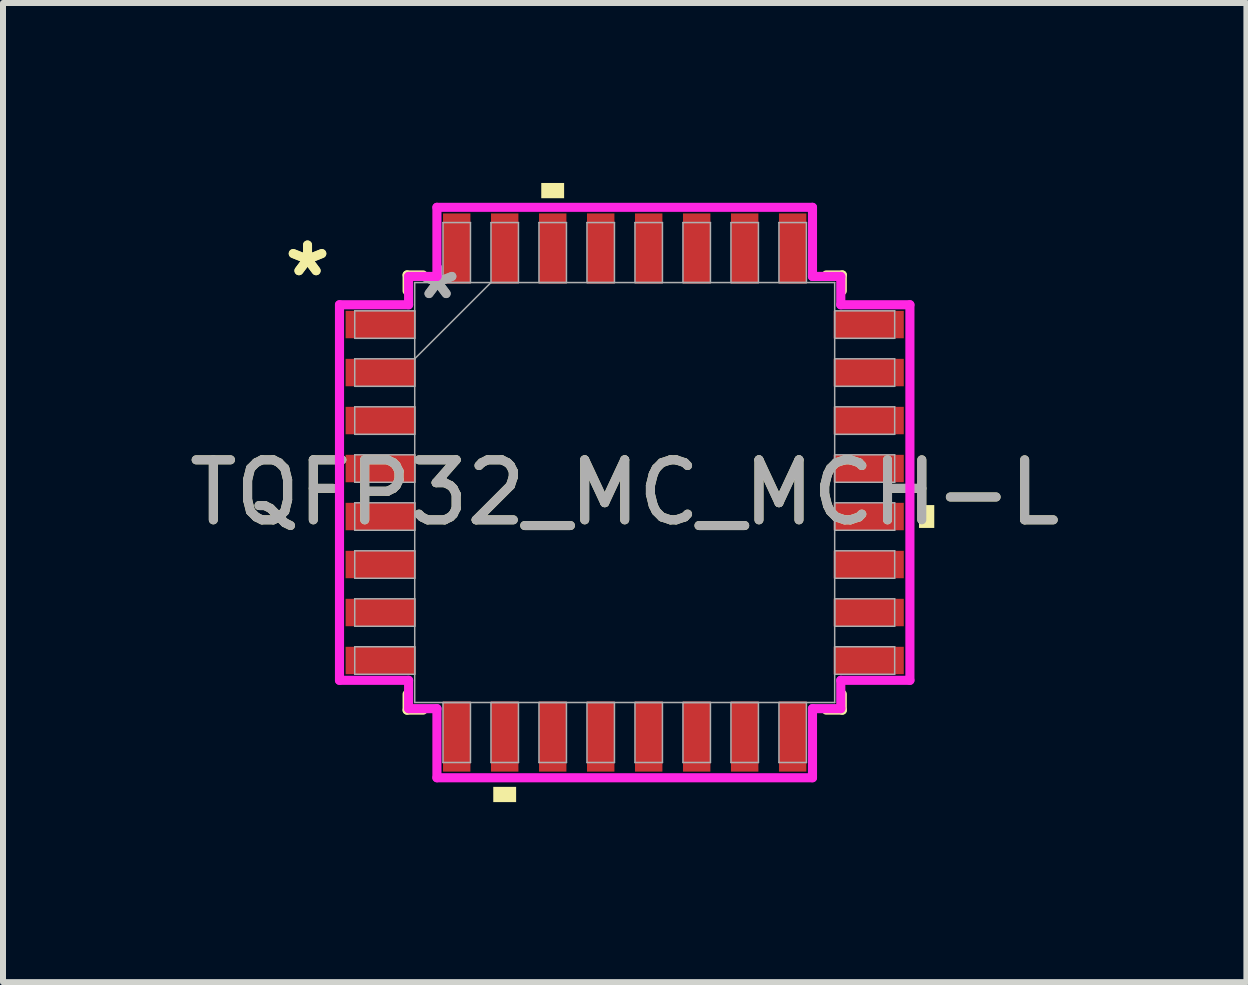
<source format=kicad_pcb>
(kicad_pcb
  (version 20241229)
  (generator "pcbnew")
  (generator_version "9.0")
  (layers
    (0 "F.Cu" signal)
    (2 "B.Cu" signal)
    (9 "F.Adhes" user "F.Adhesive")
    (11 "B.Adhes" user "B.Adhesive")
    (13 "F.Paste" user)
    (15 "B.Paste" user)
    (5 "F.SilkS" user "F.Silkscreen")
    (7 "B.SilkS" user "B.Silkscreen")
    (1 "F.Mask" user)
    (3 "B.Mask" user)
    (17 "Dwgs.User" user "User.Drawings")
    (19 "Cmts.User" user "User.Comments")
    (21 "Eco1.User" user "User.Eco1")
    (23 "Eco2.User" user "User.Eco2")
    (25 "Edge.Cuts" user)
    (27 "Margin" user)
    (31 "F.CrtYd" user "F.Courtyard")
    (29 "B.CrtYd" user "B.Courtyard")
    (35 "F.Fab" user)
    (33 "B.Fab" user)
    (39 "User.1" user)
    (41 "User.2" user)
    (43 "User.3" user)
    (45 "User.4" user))
  (footprint "TQFP32_MC_MCH-L"
    (layer "F.Cu")
    (at 7.363 5.16)
    (property "Reference" "TQFP32_MC_MCH-L" (at 0 0 0) (unlocked yes) (layer "F.SilkS") (effects (font (size 1 1) (thickness 0.15))))
    (attr smd)
    (fp_line (start -3.627 -3.627) (end -3.627 -3.361) (stroke (width 0.152) (type solid)) (layer "F.SilkS"))
    (fp_line (start -3.627 3.361) (end -3.627 3.627) (stroke (width 0.152) (type solid)) (layer "F.SilkS"))
    (fp_line (start -3.627 3.627) (end -3.361 3.627) (stroke (width 0.152) (type solid)) (layer "F.SilkS"))
    (fp_line (start -3.361 -3.627) (end -3.627 -3.627) (stroke (width 0.152) (type solid)) (layer "F.SilkS"))
    (fp_line (start 3.361 3.627) (end 3.627 3.627) (stroke (width 0.152) (type solid)) (layer "F.SilkS"))
    (fp_line (start 3.627 -3.627) (end 3.361 -3.627) (stroke (width 0.152) (type solid)) (layer "F.SilkS"))
    (fp_line (start 3.627 -3.361) (end 3.627 -3.627) (stroke (width 0.152) (type solid)) (layer "F.SilkS"))
    (fp_line (start 3.627 3.627) (end 3.627 3.361) (stroke (width 0.152) (type solid)) (layer "F.SilkS"))
    (fp_poly (pts (xy -2.191 4.906) (xy -2.191 5.16) (xy -1.81 5.16) (xy -1.81 4.906)) (stroke (width 0) (type solid)) (fill yes) (layer "F.SilkS"))
    (fp_poly (pts (xy -1.391 -4.906) (xy -1.391 -5.16) (xy -1.01 -5.16) (xy -1.01 -4.906)) (stroke (width 0) (type solid)) (fill yes) (layer "F.SilkS"))
    (fp_poly (pts (xy 5.16 0.209) (xy 5.16 0.59) (xy 4.906 0.59) (xy 4.906 0.209)) (stroke (width 0) (type solid)) (fill yes) (layer "F.SilkS"))
    (fp_line (start -4.754 -3.13) (end -3.602 -3.13) (stroke (width 0.152) (type solid)) (layer "F.CrtYd"))
    (fp_line (start -4.754 3.13) (end -4.754 -3.13) (stroke (width 0.152) (type solid)) (layer "F.CrtYd"))
    (fp_line (start -3.602 -3.602) (end -3.13 -3.602) (stroke (width 0.152) (type solid)) (layer "F.CrtYd"))
    (fp_line (start -3.602 -3.13) (end -3.602 -3.602) (stroke (width 0.152) (type solid)) (layer "F.CrtYd"))
    (fp_line (start -3.602 3.13) (end -4.754 3.13) (stroke (width 0.152) (type solid)) (layer "F.CrtYd"))
    (fp_line (start -3.602 3.602) (end -3.602 3.13) (stroke (width 0.152) (type solid)) (layer "F.CrtYd"))
    (fp_line (start -3.602 3.602) (end -3.13 3.602) (stroke (width 0.152) (type solid)) (layer "F.CrtYd"))
    (fp_line (start -3.13 -4.754) (end 3.13 -4.754) (stroke (width 0.152) (type solid)) (layer "F.CrtYd"))
    (fp_line (start -3.13 -3.602) (end -3.13 -4.754) (stroke (width 0.152) (type solid)) (layer "F.CrtYd"))
    (fp_line (start -3.13 3.602) (end -3.13 4.754) (stroke (width 0.152) (type solid)) (layer "F.CrtYd"))
    (fp_line (start -3.13 4.754) (end 3.13 4.754) (stroke (width 0.152) (type solid)) (layer "F.CrtYd"))
    (fp_line (start 3.13 -4.754) (end 3.13 -3.602) (stroke (width 0.152) (type solid)) (layer "F.CrtYd"))
    (fp_line (start 3.13 -3.602) (end 3.602 -3.602) (stroke (width 0.152) (type solid)) (layer "F.CrtYd"))
    (fp_line (start 3.13 3.602) (end 3.602 3.602) (stroke (width 0.152) (type solid)) (layer "F.CrtYd"))
    (fp_line (start 3.13 4.754) (end 3.13 3.602) (stroke (width 0.152) (type solid)) (layer "F.CrtYd"))
    (fp_line (start 3.602 -3.13) (end 3.602 -3.602) (stroke (width 0.152) (type solid)) (layer "F.CrtYd"))
    (fp_line (start 3.602 3.13) (end 4.754 3.13) (stroke (width 0.152) (type solid)) (layer "F.CrtYd"))
    (fp_line (start 3.602 3.602) (end 3.602 3.13) (stroke (width 0.152) (type solid)) (layer "F.CrtYd"))
    (fp_line (start 4.754 -3.13) (end 3.602 -3.13) (stroke (width 0.152) (type solid)) (layer "F.CrtYd"))
    (fp_line (start 4.754 3.13) (end 4.754 -3.13) (stroke (width 0.152) (type solid)) (layer "F.CrtYd"))
    (fp_line (start -4.5 -3.029) (end -4.5 -2.571) (stroke (width 0.025) (type solid)) (layer "F.Fab"))
    (fp_line (start -4.5 -2.571) (end -3.5 -2.571) (stroke (width 0.025) (type solid)) (layer "F.Fab"))
    (fp_line (start -4.5 -2.229) (end -4.5 -1.771) (stroke (width 0.025) (type solid)) (layer "F.Fab"))
    (fp_line (start -4.5 -1.771) (end -3.5 -1.771) (stroke (width 0.025) (type solid)) (layer "F.Fab"))
    (fp_line (start -4.5 -1.429) (end -4.5 -0.971) (stroke (width 0.025) (type solid)) (layer "F.Fab"))
    (fp_line (start -4.5 -0.971) (end -3.5 -0.971) (stroke (width 0.025) (type solid)) (layer "F.Fab"))
    (fp_line (start -4.5 -0.629) (end -4.5 -0.171) (stroke (width 0.025) (type solid)) (layer "F.Fab"))
    (fp_line (start -4.5 -0.171) (end -3.5 -0.171) (stroke (width 0.025) (type solid)) (layer "F.Fab"))
    (fp_line (start -4.5 0.171) (end -4.5 0.629) (stroke (width 0.025) (type solid)) (layer "F.Fab"))
    (fp_line (start -4.5 0.629) (end -3.5 0.629) (stroke (width 0.025) (type solid)) (layer "F.Fab"))
    (fp_line (start -4.5 0.971) (end -4.5 1.429) (stroke (width 0.025) (type solid)) (layer "F.Fab"))
    (fp_line (start -4.5 1.429) (end -3.5 1.429) (stroke (width 0.025) (type solid)) (layer "F.Fab"))
    (fp_line (start -4.5 1.771) (end -4.5 2.229) (stroke (width 0.025) (type solid)) (layer "F.Fab"))
    (fp_line (start -4.5 2.229) (end -3.5 2.229) (stroke (width 0.025) (type solid)) (layer "F.Fab"))
    (fp_line (start -4.5 2.571) (end -4.5 3.029) (stroke (width 0.025) (type solid)) (layer "F.Fab"))
    (fp_line (start -4.5 3.029) (end -3.5 3.029) (stroke (width 0.025) (type solid)) (layer "F.Fab"))
    (fp_line (start -3.5 -3.5) (end -3.5 3.5) (stroke (width 0.025) (type solid)) (layer "F.Fab"))
    (fp_line (start -3.5 -3.029) (end -4.5 -3.029) (stroke (width 0.025) (type solid)) (layer "F.Fab"))
    (fp_line (start -3.5 -2.571) (end -3.5 -3.029) (stroke (width 0.025) (type solid)) (layer "F.Fab"))
    (fp_line (start -3.5 -2.23) (end -2.23 -3.5) (stroke (width 0.025) (type solid)) (layer "F.Fab"))
    (fp_line (start -3.5 -2.229) (end -4.5 -2.229) (stroke (width 0.025) (type solid)) (layer "F.Fab"))
    (fp_line (start -3.5 -1.771) (end -3.5 -2.229) (stroke (width 0.025) (type solid)) (layer "F.Fab"))
    (fp_line (start -3.5 -1.429) (end -4.5 -1.429) (stroke (width 0.025) (type solid)) (layer "F.Fab"))
    (fp_line (start -3.5 -0.971) (end -3.5 -1.429) (stroke (width 0.025) (type solid)) (layer "F.Fab"))
    (fp_line (start -3.5 -0.629) (end -4.5 -0.629) (stroke (width 0.025) (type solid)) (layer "F.Fab"))
    (fp_line (start -3.5 -0.171) (end -3.5 -0.629) (stroke (width 0.025) (type solid)) (layer "F.Fab"))
    (fp_line (start -3.5 0.171) (end -4.5 0.171) (stroke (width 0.025) (type solid)) (layer "F.Fab"))
    (fp_line (start -3.5 0.629) (end -3.5 0.171) (stroke (width 0.025) (type solid)) (layer "F.Fab"))
    (fp_line (start -3.5 0.971) (end -4.5 0.971) (stroke (width 0.025) (type solid)) (layer "F.Fab"))
    (fp_line (start -3.5 1.429) (end -3.5 0.971) (stroke (width 0.025) (type solid)) (layer "F.Fab"))
    (fp_line (start -3.5 1.771) (end -4.5 1.771) (stroke (width 0.025) (type solid)) (layer "F.Fab"))
    (fp_line (start -3.5 2.229) (end -3.5 1.771) (stroke (width 0.025) (type solid)) (layer "F.Fab"))
    (fp_line (start -3.5 2.571) (end -4.5 2.571) (stroke (width 0.025) (type solid)) (layer "F.Fab"))
    (fp_line (start -3.5 3.029) (end -3.5 2.571) (stroke (width 0.025) (type solid)) (layer "F.Fab"))
    (fp_line (start -3.5 3.5) (end 3.5 3.5) (stroke (width 0.025) (type solid)) (layer "F.Fab"))
    (fp_line (start -3.029 -4.5) (end -3.029 -3.5) (stroke (width 0.025) (type solid)) (layer "F.Fab"))
    (fp_line (start -3.029 -3.5) (end -2.571 -3.5) (stroke (width 0.025) (type solid)) (layer "F.Fab"))
    (fp_line (start -3.029 3.5) (end -3.029 4.5) (stroke (width 0.025) (type solid)) (layer "F.Fab"))
    (fp_line (start -3.029 4.5) (end -2.571 4.5) (stroke (width 0.025) (type solid)) (layer "F.Fab"))
    (fp_line (start -2.571 -4.5) (end -3.029 -4.5) (stroke (width 0.025) (type solid)) (layer "F.Fab"))
    (fp_line (start -2.571 -3.5) (end -2.571 -4.5) (stroke (width 0.025) (type solid)) (layer "F.Fab"))
    (fp_line (start -2.571 3.5) (end -3.029 3.5) (stroke (width 0.025) (type solid)) (layer "F.Fab"))
    (fp_line (start -2.571 4.5) (end -2.571 3.5) (stroke (width 0.025) (type solid)) (layer "F.Fab"))
    (fp_line (start -2.229 -4.5) (end -2.229 -3.5) (stroke (width 0.025) (type solid)) (layer "F.Fab"))
    (fp_line (start -2.229 -3.5) (end -1.771 -3.5) (stroke (width 0.025) (type solid)) (layer "F.Fab"))
    (fp_line (start -2.229 3.5) (end -2.229 4.5) (stroke (width 0.025) (type solid)) (layer "F.Fab"))
    (fp_line (start -2.229 4.5) (end -1.771 4.5) (stroke (width 0.025) (type solid)) (layer "F.Fab"))
    (fp_line (start -1.771 -4.5) (end -2.229 -4.5) (stroke (width 0.025) (type solid)) (layer "F.Fab"))
    (fp_line (start -1.771 -3.5) (end -1.771 -4.5) (stroke (width 0.025) (type solid)) (layer "F.Fab"))
    (fp_line (start -1.771 3.5) (end -2.229 3.5) (stroke (width 0.025) (type solid)) (layer "F.Fab"))
    (fp_line (start -1.771 4.5) (end -1.771 3.5) (stroke (width 0.025) (type solid)) (layer "F.Fab"))
    (fp_line (start -1.429 -4.5) (end -1.429 -3.5) (stroke (width 0.025) (type solid)) (layer "F.Fab"))
    (fp_line (start -1.429 -3.5) (end -0.971 -3.5) (stroke (width 0.025) (type solid)) (layer "F.Fab"))
    (fp_line (start -1.429 3.5) (end -1.429 4.5) (stroke (width 0.025) (type solid)) (layer "F.Fab"))
    (fp_line (start -1.429 4.5) (end -0.971 4.5) (stroke (width 0.025) (type solid)) (layer "F.Fab"))
    (fp_line (start -0.971 -4.5) (end -1.429 -4.5) (stroke (width 0.025) (type solid)) (layer "F.Fab"))
    (fp_line (start -0.971 -3.5) (end -0.971 -4.5) (stroke (width 0.025) (type solid)) (layer "F.Fab"))
    (fp_line (start -0.971 3.5) (end -1.429 3.5) (stroke (width 0.025) (type solid)) (layer "F.Fab"))
    (fp_line (start -0.971 4.5) (end -0.971 3.5) (stroke (width 0.025) (type solid)) (layer "F.Fab"))
    (fp_line (start -0.629 -4.5) (end -0.629 -3.5) (stroke (width 0.025) (type solid)) (layer "F.Fab"))
    (fp_line (start -0.629 -3.5) (end -0.171 -3.5) (stroke (width 0.025) (type solid)) (layer "F.Fab"))
    (fp_line (start -0.629 3.5) (end -0.629 4.5) (stroke (width 0.025) (type solid)) (layer "F.Fab"))
    (fp_line (start -0.629 4.5) (end -0.171 4.5) (stroke (width 0.025) (type solid)) (layer "F.Fab"))
    (fp_line (start -0.171 -4.5) (end -0.629 -4.5) (stroke (width 0.025) (type solid)) (layer "F.Fab"))
    (fp_line (start -0.171 -3.5) (end -0.171 -4.5) (stroke (width 0.025) (type solid)) (layer "F.Fab"))
    (fp_line (start -0.171 3.5) (end -0.629 3.5) (stroke (width 0.025) (type solid)) (layer "F.Fab"))
    (fp_line (start -0.171 4.5) (end -0.171 3.5) (stroke (width 0.025) (type solid)) (layer "F.Fab"))
    (fp_line (start 0.171 -4.5) (end 0.171 -3.5) (stroke (width 0.025) (type solid)) (layer "F.Fab"))
    (fp_line (start 0.171 -3.5) (end 0.629 -3.5) (stroke (width 0.025) (type solid)) (layer "F.Fab"))
    (fp_line (start 0.171 3.5) (end 0.171 4.5) (stroke (width 0.025) (type solid)) (layer "F.Fab"))
    (fp_line (start 0.171 4.5) (end 0.629 4.5) (stroke (width 0.025) (type solid)) (layer "F.Fab"))
    (fp_line (start 0.629 -4.5) (end 0.171 -4.5) (stroke (width 0.025) (type solid)) (layer "F.Fab"))
    (fp_line (start 0.629 -3.5) (end 0.629 -4.5) (stroke (width 0.025) (type solid)) (layer "F.Fab"))
    (fp_line (start 0.629 3.5) (end 0.171 3.5) (stroke (width 0.025) (type solid)) (layer "F.Fab"))
    (fp_line (start 0.629 4.5) (end 0.629 3.5) (stroke (width 0.025) (type solid)) (layer "F.Fab"))
    (fp_line (start 0.971 -4.5) (end 0.971 -3.5) (stroke (width 0.025) (type solid)) (layer "F.Fab"))
    (fp_line (start 0.971 -3.5) (end 1.429 -3.5) (stroke (width 0.025) (type solid)) (layer "F.Fab"))
    (fp_line (start 0.971 3.5) (end 0.971 4.5) (stroke (width 0.025) (type solid)) (layer "F.Fab"))
    (fp_line (start 0.971 4.5) (end 1.429 4.5) (stroke (width 0.025) (type solid)) (layer "F.Fab"))
    (fp_line (start 1.429 -4.5) (end 0.971 -4.5) (stroke (width 0.025) (type solid)) (layer "F.Fab"))
    (fp_line (start 1.429 -3.5) (end 1.429 -4.5) (stroke (width 0.025) (type solid)) (layer "F.Fab"))
    (fp_line (start 1.429 3.5) (end 0.971 3.5) (stroke (width 0.025) (type solid)) (layer "F.Fab"))
    (fp_line (start 1.429 4.5) (end 1.429 3.5) (stroke (width 0.025) (type solid)) (layer "F.Fab"))
    (fp_line (start 1.771 -4.5) (end 1.771 -3.5) (stroke (width 0.025) (type solid)) (layer "F.Fab"))
    (fp_line (start 1.771 -3.5) (end 2.229 -3.5) (stroke (width 0.025) (type solid)) (layer "F.Fab"))
    (fp_line (start 1.771 3.5) (end 1.771 4.5) (stroke (width 0.025) (type solid)) (layer "F.Fab"))
    (fp_line (start 1.771 4.5) (end 2.229 4.5) (stroke (width 0.025) (type solid)) (layer "F.Fab"))
    (fp_line (start 2.229 -4.5) (end 1.771 -4.5) (stroke (width 0.025) (type solid)) (layer "F.Fab"))
    (fp_line (start 2.229 -3.5) (end 2.229 -4.5) (stroke (width 0.025) (type solid)) (layer "F.Fab"))
    (fp_line (start 2.229 3.5) (end 1.771 3.5) (stroke (width 0.025) (type solid)) (layer "F.Fab"))
    (fp_line (start 2.229 4.5) (end 2.229 3.5) (stroke (width 0.025) (type solid)) (layer "F.Fab"))
    (fp_line (start 2.571 -4.5) (end 2.571 -3.5) (stroke (width 0.025) (type solid)) (layer "F.Fab"))
    (fp_line (start 2.571 -3.5) (end 3.029 -3.5) (stroke (width 0.025) (type solid)) (layer "F.Fab"))
    (fp_line (start 2.571 3.5) (end 2.571 4.5) (stroke (width 0.025) (type solid)) (layer "F.Fab"))
    (fp_line (start 2.571 4.5) (end 3.029 4.5) (stroke (width 0.025) (type solid)) (layer "F.Fab"))
    (fp_line (start 3.029 -4.5) (end 2.571 -4.5) (stroke (width 0.025) (type solid)) (layer "F.Fab"))
    (fp_line (start 3.029 -3.5) (end 3.029 -4.5) (stroke (width 0.025) (type solid)) (layer "F.Fab"))
    (fp_line (start 3.029 3.5) (end 2.571 3.5) (stroke (width 0.025) (type solid)) (layer "F.Fab"))
    (fp_line (start 3.029 4.5) (end 3.029 3.5) (stroke (width 0.025) (type solid)) (layer "F.Fab"))
    (fp_line (start 3.5 -3.5) (end -3.5 -3.5) (stroke (width 0.025) (type solid)) (layer "F.Fab"))
    (fp_line (start 3.5 -3.029) (end 3.5 -2.571) (stroke (width 0.025) (type solid)) (layer "F.Fab"))
    (fp_line (start 3.5 -2.571) (end 4.5 -2.571) (stroke (width 0.025) (type solid)) (layer "F.Fab"))
    (fp_line (start 3.5 -2.229) (end 3.5 -1.771) (stroke (width 0.025) (type solid)) (layer "F.Fab"))
    (fp_line (start 3.5 -1.771) (end 4.5 -1.771) (stroke (width 0.025) (type solid)) (layer "F.Fab"))
    (fp_line (start 3.5 -1.429) (end 3.5 -0.971) (stroke (width 0.025) (type solid)) (layer "F.Fab"))
    (fp_line (start 3.5 -0.971) (end 4.5 -0.971) (stroke (width 0.025) (type solid)) (layer "F.Fab"))
    (fp_line (start 3.5 -0.629) (end 3.5 -0.171) (stroke (width 0.025) (type solid)) (layer "F.Fab"))
    (fp_line (start 3.5 -0.171) (end 4.5 -0.171) (stroke (width 0.025) (type solid)) (layer "F.Fab"))
    (fp_line (start 3.5 0.171) (end 3.5 0.629) (stroke (width 0.025) (type solid)) (layer "F.Fab"))
    (fp_line (start 3.5 0.629) (end 4.5 0.629) (stroke (width 0.025) (type solid)) (layer "F.Fab"))
    (fp_line (start 3.5 0.971) (end 3.5 1.429) (stroke (width 0.025) (type solid)) (layer "F.Fab"))
    (fp_line (start 3.5 1.429) (end 4.5 1.429) (stroke (width 0.025) (type solid)) (layer "F.Fab"))
    (fp_line (start 3.5 1.771) (end 3.5 2.229) (stroke (width 0.025) (type solid)) (layer "F.Fab"))
    (fp_line (start 3.5 2.229) (end 4.5 2.229) (stroke (width 0.025) (type solid)) (layer "F.Fab"))
    (fp_line (start 3.5 2.571) (end 3.5 3.029) (stroke (width 0.025) (type solid)) (layer "F.Fab"))
    (fp_line (start 3.5 3.029) (end 4.5 3.029) (stroke (width 0.025) (type solid)) (layer "F.Fab"))
    (fp_line (start 3.5 3.5) (end 3.5 -3.5) (stroke (width 0.025) (type solid)) (layer "F.Fab"))
    (fp_line (start 4.5 -3.029) (end 3.5 -3.029) (stroke (width 0.025) (type solid)) (layer "F.Fab"))
    (fp_line (start 4.5 -2.571) (end 4.5 -3.029) (stroke (width 0.025) (type solid)) (layer "F.Fab"))
    (fp_line (start 4.5 -2.229) (end 3.5 -2.229) (stroke (width 0.025) (type solid)) (layer "F.Fab"))
    (fp_line (start 4.5 -1.771) (end 4.5 -2.229) (stroke (width 0.025) (type solid)) (layer "F.Fab"))
    (fp_line (start 4.5 -1.429) (end 3.5 -1.429) (stroke (width 0.025) (type solid)) (layer "F.Fab"))
    (fp_line (start 4.5 -0.971) (end 4.5 -1.429) (stroke (width 0.025) (type solid)) (layer "F.Fab"))
    (fp_line (start 4.5 -0.629) (end 3.5 -0.629) (stroke (width 0.025) (type solid)) (layer "F.Fab"))
    (fp_line (start 4.5 -0.171) (end 4.5 -0.629) (stroke (width 0.025) (type solid)) (layer "F.Fab"))
    (fp_line (start 4.5 0.171) (end 3.5 0.171) (stroke (width 0.025) (type solid)) (layer "F.Fab"))
    (fp_line (start 4.5 0.629) (end 4.5 0.171) (stroke (width 0.025) (type solid)) (layer "F.Fab"))
    (fp_line (start 4.5 0.971) (end 3.5 0.971) (stroke (width 0.025) (type solid)) (layer "F.Fab"))
    (fp_line (start 4.5 1.429) (end 4.5 0.971) (stroke (width 0.025) (type solid)) (layer "F.Fab"))
    (fp_line (start 4.5 1.771) (end 3.5 1.771) (stroke (width 0.025) (type solid)) (layer "F.Fab"))
    (fp_line (start 4.5 2.229) (end 4.5 1.771) (stroke (width 0.025) (type solid)) (layer "F.Fab"))
    (fp_line (start 4.5 2.571) (end 3.5 2.571) (stroke (width 0.025) (type solid)) (layer "F.Fab"))
    (fp_line (start 4.5 3.029) (end 4.5 2.571) (stroke (width 0.025) (type solid)) (layer "F.Fab"))
    (fp_text user "*" (at -5.287 -3.581 0) (unlocked yes) (layer "F.SilkS") (effects (font (size 1 1) (thickness 0.15))))
    (fp_text user "*" (at -5.287 -3.581 0) (layer "F.SilkS") (effects (font (size 1 1) (thickness 0.15))))
    (fp_text user "*" (at -3.119 -3.2 0) (unlocked yes) (layer "F.Fab") (effects (font (size 1 1) (thickness 0.15))))
    (fp_text user "${REFERENCE}" (at 0 0 0) (unlocked yes) (layer "F.Fab") (effects (font (size 1 1) (thickness 0.15))))
    (fp_text user "*" (at -3.119 -3.2 0) (layer "F.Fab") (effects (font (size 1 1) (thickness 0.15))))
    (pad "1" smd rect (at -4.068 -2.8 90) (size 0.457 1.168) (layers "F.Cu" "F.Mask" "F.Paste"))
    (pad "2" smd rect (at -4.068 -2 90) (size 0.457 1.168) (layers "F.Cu" "F.Mask" "F.Paste"))
    (pad "3" smd rect (at -4.068 -1.2 90) (size 0.457 1.168) (layers "F.Cu" "F.Mask" "F.Paste"))
    (pad "4" smd rect (at -4.068 -0.4 90) (size 0.457 1.168) (layers "F.Cu" "F.Mask" "F.Paste"))
    (pad "5" smd rect (at -4.068 0.4 90) (size 0.457 1.168) (layers "F.Cu" "F.Mask" "F.Paste"))
    (pad "6" smd rect (at -4.068 1.2 90) (size 0.457 1.168) (layers "F.Cu" "F.Mask" "F.Paste"))
    (pad "7" smd rect (at -4.068 2 90) (size 0.457 1.168) (layers "F.Cu" "F.Mask" "F.Paste"))
    (pad "8" smd rect (at -4.068 2.8 90) (size 0.457 1.168) (layers "F.Cu" "F.Mask" "F.Paste"))
    (pad "9" smd rect (at -2.8 4.068) (size 0.457 1.168) (layers "F.Cu" "F.Mask" "F.Paste"))
    (pad "10" smd rect (at -2 4.068) (size 0.457 1.168) (layers "F.Cu" "F.Mask" "F.Paste"))
    (pad "11" smd rect (at -1.2 4.068) (size 0.457 1.168) (layers "F.Cu" "F.Mask" "F.Paste"))
    (pad "12" smd rect (at -0.4 4.068) (size 0.457 1.168) (layers "F.Cu" "F.Mask" "F.Paste"))
    (pad "13" smd rect (at 0.4 4.068) (size 0.457 1.168) (layers "F.Cu" "F.Mask" "F.Paste"))
    (pad "14" smd rect (at 1.2 4.068) (size 0.457 1.168) (layers "F.Cu" "F.Mask" "F.Paste"))
    (pad "15" smd rect (at 2 4.068) (size 0.457 1.168) (layers "F.Cu" "F.Mask" "F.Paste"))
    (pad "16" smd rect (at 2.8 4.068) (size 0.457 1.168) (layers "F.Cu" "F.Mask" "F.Paste"))
    (pad "17" smd rect (at 4.068 2.8 90) (size 0.457 1.168) (layers "F.Cu" "F.Mask" "F.Paste"))
    (pad "18" smd rect (at 4.068 2 90) (size 0.457 1.168) (layers "F.Cu" "F.Mask" "F.Paste"))
    (pad "19" smd rect (at 4.068 1.2 90) (size 0.457 1.168) (layers "F.Cu" "F.Mask" "F.Paste"))
    (pad "20" smd rect (at 4.068 0.4 90) (size 0.457 1.168) (layers "F.Cu" "F.Mask" "F.Paste"))
    (pad "21" smd rect (at 4.068 -0.4 90) (size 0.457 1.168) (layers "F.Cu" "F.Mask" "F.Paste"))
    (pad "22" smd rect (at 4.068 -1.2 90) (size 0.457 1.168) (layers "F.Cu" "F.Mask" "F.Paste"))
    (pad "23" smd rect (at 4.068 -2 90) (size 0.457 1.168) (layers "F.Cu" "F.Mask" "F.Paste"))
    (pad "24" smd rect (at 4.068 -2.8 90) (size 0.457 1.168) (layers "F.Cu" "F.Mask" "F.Paste"))
    (pad "25" smd rect (at 2.8 -4.068) (size 0.457 1.168) (layers "F.Cu" "F.Mask" "F.Paste"))
    (pad "26" smd rect (at 2 -4.068) (size 0.457 1.168) (layers "F.Cu" "F.Mask" "F.Paste"))
    (pad "27" smd rect (at 1.2 -4.068) (size 0.457 1.168) (layers "F.Cu" "F.Mask" "F.Paste"))
    (pad "28" smd rect (at 0.4 -4.068) (size 0.457 1.168) (layers "F.Cu" "F.Mask" "F.Paste"))
    (pad "29" smd rect (at -0.4 -4.068) (size 0.457 1.168) (layers "F.Cu" "F.Mask" "F.Paste"))
    (pad "30" smd rect (at -1.2 -4.068) (size 0.457 1.168) (layers "F.Cu" "F.Mask" "F.Paste"))
    (pad "31" smd rect (at -2 -4.068) (size 0.457 1.168) (layers "F.Cu" "F.Mask" "F.Paste"))
    (pad "32" smd rect (at -2.8 -4.068) (size 0.457 1.168) (layers "F.Cu" "F.Mask" "F.Paste")))
  (gr_rect
    (start -3 -3)
    (end 17.726 13.321)
    (stroke (width 0.1) (type default))
    (fill no)
    (layer "Edge.Cuts")))
</source>
